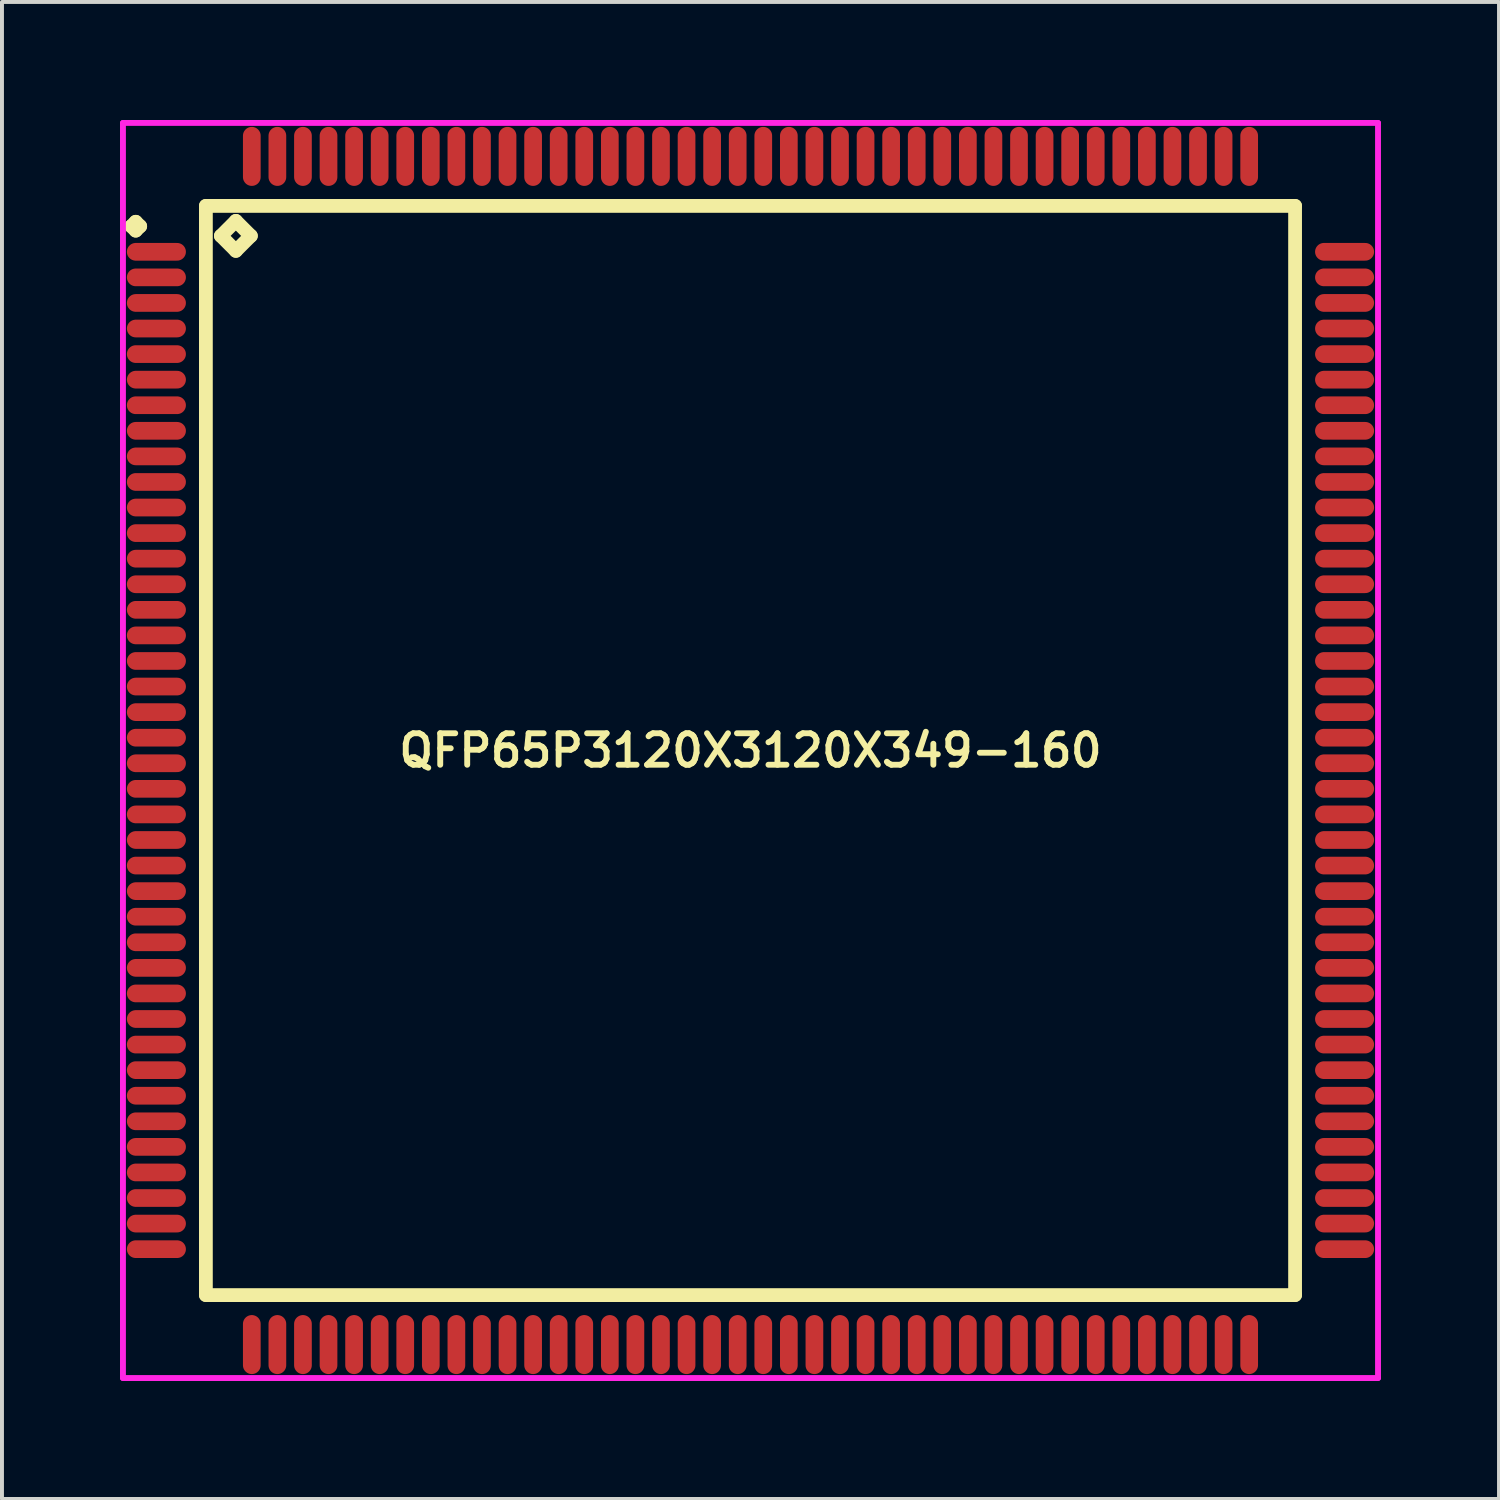
<source format=kicad_pcb>
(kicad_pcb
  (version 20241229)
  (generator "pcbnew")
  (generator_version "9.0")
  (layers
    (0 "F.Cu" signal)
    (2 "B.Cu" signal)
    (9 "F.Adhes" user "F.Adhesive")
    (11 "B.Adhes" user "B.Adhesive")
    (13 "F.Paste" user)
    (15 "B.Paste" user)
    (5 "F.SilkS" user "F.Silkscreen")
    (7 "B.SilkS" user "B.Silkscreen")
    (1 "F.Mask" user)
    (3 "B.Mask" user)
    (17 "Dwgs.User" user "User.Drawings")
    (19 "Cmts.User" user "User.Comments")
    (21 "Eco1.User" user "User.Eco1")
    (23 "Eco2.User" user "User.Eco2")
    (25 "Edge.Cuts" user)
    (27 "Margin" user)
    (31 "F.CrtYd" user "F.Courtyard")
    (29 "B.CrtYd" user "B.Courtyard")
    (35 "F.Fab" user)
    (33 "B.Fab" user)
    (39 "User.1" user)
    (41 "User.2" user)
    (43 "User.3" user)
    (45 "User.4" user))
  (footprint "QFP65P3120X3120X349-160"
    (layer "F.Cu")
    (at 16.025 16.025)
    (property "Reference" "QFP65P3120X3120X349-160" (at 0 0 0) (layer "F.SilkS") (effects (font (size 0.8 0.8) (thickness 0.15))))
    (attr smd)
    (fp_line (start -15.738 -13.325) (end -15.625 -13.438) (stroke (width 0.35) (type solid)) (layer "F.SilkS"))
    (fp_line (start -15.625 -13.438) (end -15.512 -13.325) (stroke (width 0.35) (type solid)) (layer "F.SilkS"))
    (fp_line (start -15.625 -13.213) (end -15.738 -13.325) (stroke (width 0.35) (type solid)) (layer "F.SilkS"))
    (fp_line (start -15.512 -13.325) (end -15.625 -13.213) (stroke (width 0.35) (type solid)) (layer "F.SilkS"))
    (fp_line (start -13.842 -13.842) (end -13.842 13.842) (stroke (width 0.35) (type solid)) (layer "F.SilkS"))
    (fp_line (start -13.842 13.842) (end 13.842 13.842) (stroke (width 0.35) (type solid)) (layer "F.SilkS"))
    (fp_line (start -13.461 -13.08) (end -13.08 -13.461) (stroke (width 0.35) (type solid)) (layer "F.SilkS"))
    (fp_line (start -13.08 -13.461) (end -12.699 -13.08) (stroke (width 0.35) (type solid)) (layer "F.SilkS"))
    (fp_line (start -13.08 -12.699) (end -13.461 -13.08) (stroke (width 0.35) (type solid)) (layer "F.SilkS"))
    (fp_line (start -12.699 -13.08) (end -13.08 -12.699) (stroke (width 0.35) (type solid)) (layer "F.SilkS"))
    (fp_line (start 13.842 -13.842) (end -13.842 -13.842) (stroke (width 0.35) (type solid)) (layer "F.SilkS"))
    (fp_line (start 13.842 13.842) (end 13.842 -13.842) (stroke (width 0.35) (type solid)) (layer "F.SilkS"))
    (fp_line (start -15.95 -15.95) (end 15.95 -15.95) (stroke (width 0.15) (type solid)) (layer "F.CrtYd"))
    (fp_line (start -15.95 15.95) (end -15.95 -15.95) (stroke (width 0.15) (type solid)) (layer "F.CrtYd"))
    (fp_line (start 15.95 -15.95) (end 15.95 15.95) (stroke (width 0.15) (type solid)) (layer "F.CrtYd"))
    (fp_line (start 15.95 15.95) (end -15.95 15.95) (stroke (width 0.15) (type solid)) (layer "F.CrtYd"))
    (pad "1" smd oval (at -15.1 -12.675) (size 1.5 0.45) (layers "F.Cu" "F.Mask" "F.Paste"))
    (pad "2" smd oval (at -15.1 -12.025) (size 1.5 0.45) (layers "F.Cu" "F.Mask" "F.Paste"))
    (pad "3" smd oval (at -15.1 -11.375) (size 1.5 0.45) (layers "F.Cu" "F.Mask" "F.Paste"))
    (pad "4" smd oval (at -15.1 -10.725) (size 1.5 0.45) (layers "F.Cu" "F.Mask" "F.Paste"))
    (pad "5" smd oval (at -15.1 -10.075) (size 1.5 0.45) (layers "F.Cu" "F.Mask" "F.Paste"))
    (pad "6" smd oval (at -15.1 -9.425) (size 1.5 0.45) (layers "F.Cu" "F.Mask" "F.Paste"))
    (pad "7" smd oval (at -15.1 -8.775) (size 1.5 0.45) (layers "F.Cu" "F.Mask" "F.Paste"))
    (pad "8" smd oval (at -15.1 -8.125) (size 1.5 0.45) (layers "F.Cu" "F.Mask" "F.Paste"))
    (pad "9" smd oval (at -15.1 -7.475) (size 1.5 0.45) (layers "F.Cu" "F.Mask" "F.Paste"))
    (pad "10" smd oval (at -15.1 -6.825) (size 1.5 0.45) (layers "F.Cu" "F.Mask" "F.Paste"))
    (pad "11" smd oval (at -15.1 -6.175) (size 1.5 0.45) (layers "F.Cu" "F.Mask" "F.Paste"))
    (pad "12" smd oval (at -15.1 -5.525) (size 1.5 0.45) (layers "F.Cu" "F.Mask" "F.Paste"))
    (pad "13" smd oval (at -15.1 -4.875) (size 1.5 0.45) (layers "F.Cu" "F.Mask" "F.Paste"))
    (pad "14" smd oval (at -15.1 -4.225) (size 1.5 0.45) (layers "F.Cu" "F.Mask" "F.Paste"))
    (pad "15" smd oval (at -15.1 -3.575) (size 1.5 0.45) (layers "F.Cu" "F.Mask" "F.Paste"))
    (pad "16" smd oval (at -15.1 -2.925) (size 1.5 0.45) (layers "F.Cu" "F.Mask" "F.Paste"))
    (pad "17" smd oval (at -15.1 -2.275) (size 1.5 0.45) (layers "F.Cu" "F.Mask" "F.Paste"))
    (pad "18" smd oval (at -15.1 -1.625) (size 1.5 0.45) (layers "F.Cu" "F.Mask" "F.Paste"))
    (pad "19" smd oval (at -15.1 -0.975) (size 1.5 0.45) (layers "F.Cu" "F.Mask" "F.Paste"))
    (pad "20" smd oval (at -15.1 -0.325) (size 1.5 0.45) (layers "F.Cu" "F.Mask" "F.Paste"))
    (pad "21" smd oval (at -15.1 0.325) (size 1.5 0.45) (layers "F.Cu" "F.Mask" "F.Paste"))
    (pad "22" smd oval (at -15.1 0.975) (size 1.5 0.45) (layers "F.Cu" "F.Mask" "F.Paste"))
    (pad "23" smd oval (at -15.1 1.625) (size 1.5 0.45) (layers "F.Cu" "F.Mask" "F.Paste"))
    (pad "24" smd oval (at -15.1 2.275) (size 1.5 0.45) (layers "F.Cu" "F.Mask" "F.Paste"))
    (pad "25" smd oval (at -15.1 2.925) (size 1.5 0.45) (layers "F.Cu" "F.Mask" "F.Paste"))
    (pad "26" smd oval (at -15.1 3.575) (size 1.5 0.45) (layers "F.Cu" "F.Mask" "F.Paste"))
    (pad "27" smd oval (at -15.1 4.225) (size 1.5 0.45) (layers "F.Cu" "F.Mask" "F.Paste"))
    (pad "28" smd oval (at -15.1 4.875) (size 1.5 0.45) (layers "F.Cu" "F.Mask" "F.Paste"))
    (pad "29" smd oval (at -15.1 5.525) (size 1.5 0.45) (layers "F.Cu" "F.Mask" "F.Paste"))
    (pad "30" smd oval (at -15.1 6.175) (size 1.5 0.45) (layers "F.Cu" "F.Mask" "F.Paste"))
    (pad "31" smd oval (at -15.1 6.825) (size 1.5 0.45) (layers "F.Cu" "F.Mask" "F.Paste"))
    (pad "32" smd oval (at -15.1 7.475) (size 1.5 0.45) (layers "F.Cu" "F.Mask" "F.Paste"))
    (pad "33" smd oval (at -15.1 8.125) (size 1.5 0.45) (layers "F.Cu" "F.Mask" "F.Paste"))
    (pad "34" smd oval (at -15.1 8.775) (size 1.5 0.45) (layers "F.Cu" "F.Mask" "F.Paste"))
    (pad "35" smd oval (at -15.1 9.425) (size 1.5 0.45) (layers "F.Cu" "F.Mask" "F.Paste"))
    (pad "36" smd oval (at -15.1 10.075) (size 1.5 0.45) (layers "F.Cu" "F.Mask" "F.Paste"))
    (pad "37" smd oval (at -15.1 10.725) (size 1.5 0.45) (layers "F.Cu" "F.Mask" "F.Paste"))
    (pad "38" smd oval (at -15.1 11.375) (size 1.5 0.45) (layers "F.Cu" "F.Mask" "F.Paste"))
    (pad "39" smd oval (at -15.1 12.025) (size 1.5 0.45) (layers "F.Cu" "F.Mask" "F.Paste"))
    (pad "40" smd oval (at -15.1 12.675) (size 1.5 0.45) (layers "F.Cu" "F.Mask" "F.Paste"))
    (pad "41" smd oval (at -12.675 15.1) (size 0.45 1.5) (layers "F.Cu" "F.Mask" "F.Paste"))
    (pad "42" smd oval (at -12.025 15.1) (size 0.45 1.5) (layers "F.Cu" "F.Mask" "F.Paste"))
    (pad "43" smd oval (at -11.375 15.1) (size 0.45 1.5) (layers "F.Cu" "F.Mask" "F.Paste"))
    (pad "44" smd oval (at -10.725 15.1) (size 0.45 1.5) (layers "F.Cu" "F.Mask" "F.Paste"))
    (pad "45" smd oval (at -10.075 15.1) (size 0.45 1.5) (layers "F.Cu" "F.Mask" "F.Paste"))
    (pad "46" smd oval (at -9.425 15.1) (size 0.45 1.5) (layers "F.Cu" "F.Mask" "F.Paste"))
    (pad "47" smd oval (at -8.775 15.1) (size 0.45 1.5) (layers "F.Cu" "F.Mask" "F.Paste"))
    (pad "48" smd oval (at -8.125 15.1) (size 0.45 1.5) (layers "F.Cu" "F.Mask" "F.Paste"))
    (pad "49" smd oval (at -7.475 15.1) (size 0.45 1.5) (layers "F.Cu" "F.Mask" "F.Paste"))
    (pad "50" smd oval (at -6.825 15.1) (size 0.45 1.5) (layers "F.Cu" "F.Mask" "F.Paste"))
    (pad "51" smd oval (at -6.175 15.1) (size 0.45 1.5) (layers "F.Cu" "F.Mask" "F.Paste"))
    (pad "52" smd oval (at -5.525 15.1) (size 0.45 1.5) (layers "F.Cu" "F.Mask" "F.Paste"))
    (pad "53" smd oval (at -4.875 15.1) (size 0.45 1.5) (layers "F.Cu" "F.Mask" "F.Paste"))
    (pad "54" smd oval (at -4.225 15.1) (size 0.45 1.5) (layers "F.Cu" "F.Mask" "F.Paste"))
    (pad "55" smd oval (at -3.575 15.1) (size 0.45 1.5) (layers "F.Cu" "F.Mask" "F.Paste"))
    (pad "56" smd oval (at -2.925 15.1) (size 0.45 1.5) (layers "F.Cu" "F.Mask" "F.Paste"))
    (pad "57" smd oval (at -2.275 15.1) (size 0.45 1.5) (layers "F.Cu" "F.Mask" "F.Paste"))
    (pad "58" smd oval (at -1.625 15.1) (size 0.45 1.5) (layers "F.Cu" "F.Mask" "F.Paste"))
    (pad "59" smd oval (at -0.975 15.1) (size 0.45 1.5) (layers "F.Cu" "F.Mask" "F.Paste"))
    (pad "60" smd oval (at -0.325 15.1) (size 0.45 1.5) (layers "F.Cu" "F.Mask" "F.Paste"))
    (pad "61" smd oval (at 0.325 15.1) (size 0.45 1.5) (layers "F.Cu" "F.Mask" "F.Paste"))
    (pad "62" smd oval (at 0.975 15.1) (size 0.45 1.5) (layers "F.Cu" "F.Mask" "F.Paste"))
    (pad "63" smd oval (at 1.625 15.1) (size 0.45 1.5) (layers "F.Cu" "F.Mask" "F.Paste"))
    (pad "64" smd oval (at 2.275 15.1) (size 0.45 1.5) (layers "F.Cu" "F.Mask" "F.Paste"))
    (pad "65" smd oval (at 2.925 15.1) (size 0.45 1.5) (layers "F.Cu" "F.Mask" "F.Paste"))
    (pad "66" smd oval (at 3.575 15.1) (size 0.45 1.5) (layers "F.Cu" "F.Mask" "F.Paste"))
    (pad "67" smd oval (at 4.225 15.1) (size 0.45 1.5) (layers "F.Cu" "F.Mask" "F.Paste"))
    (pad "68" smd oval (at 4.875 15.1) (size 0.45 1.5) (layers "F.Cu" "F.Mask" "F.Paste"))
    (pad "69" smd oval (at 5.525 15.1) (size 0.45 1.5) (layers "F.Cu" "F.Mask" "F.Paste"))
    (pad "70" smd oval (at 6.175 15.1) (size 0.45 1.5) (layers "F.Cu" "F.Mask" "F.Paste"))
    (pad "71" smd oval (at 6.825 15.1) (size 0.45 1.5) (layers "F.Cu" "F.Mask" "F.Paste"))
    (pad "72" smd oval (at 7.475 15.1) (size 0.45 1.5) (layers "F.Cu" "F.Mask" "F.Paste"))
    (pad "73" smd oval (at 8.125 15.1) (size 0.45 1.5) (layers "F.Cu" "F.Mask" "F.Paste"))
    (pad "74" smd oval (at 8.775 15.1) (size 0.45 1.5) (layers "F.Cu" "F.Mask" "F.Paste"))
    (pad "75" smd oval (at 9.425 15.1) (size 0.45 1.5) (layers "F.Cu" "F.Mask" "F.Paste"))
    (pad "76" smd oval (at 10.075 15.1) (size 0.45 1.5) (layers "F.Cu" "F.Mask" "F.Paste"))
    (pad "77" smd oval (at 10.725 15.1) (size 0.45 1.5) (layers "F.Cu" "F.Mask" "F.Paste"))
    (pad "78" smd oval (at 11.375 15.1) (size 0.45 1.5) (layers "F.Cu" "F.Mask" "F.Paste"))
    (pad "79" smd oval (at 12.025 15.1) (size 0.45 1.5) (layers "F.Cu" "F.Mask" "F.Paste"))
    (pad "80" smd oval (at 12.675 15.1) (size 0.45 1.5) (layers "F.Cu" "F.Mask" "F.Paste"))
    (pad "81" smd oval (at 15.1 12.675) (size 1.5 0.45) (layers "F.Cu" "F.Mask" "F.Paste"))
    (pad "82" smd oval (at 15.1 12.025) (size 1.5 0.45) (layers "F.Cu" "F.Mask" "F.Paste"))
    (pad "83" smd oval (at 15.1 11.375) (size 1.5 0.45) (layers "F.Cu" "F.Mask" "F.Paste"))
    (pad "84" smd oval (at 15.1 10.725) (size 1.5 0.45) (layers "F.Cu" "F.Mask" "F.Paste"))
    (pad "85" smd oval (at 15.1 10.075) (size 1.5 0.45) (layers "F.Cu" "F.Mask" "F.Paste"))
    (pad "86" smd oval (at 15.1 9.425) (size 1.5 0.45) (layers "F.Cu" "F.Mask" "F.Paste"))
    (pad "87" smd oval (at 15.1 8.775) (size 1.5 0.45) (layers "F.Cu" "F.Mask" "F.Paste"))
    (pad "88" smd oval (at 15.1 8.125) (size 1.5 0.45) (layers "F.Cu" "F.Mask" "F.Paste"))
    (pad "89" smd oval (at 15.1 7.475) (size 1.5 0.45) (layers "F.Cu" "F.Mask" "F.Paste"))
    (pad "90" smd oval (at 15.1 6.825) (size 1.5 0.45) (layers "F.Cu" "F.Mask" "F.Paste"))
    (pad "91" smd oval (at 15.1 6.175) (size 1.5 0.45) (layers "F.Cu" "F.Mask" "F.Paste"))
    (pad "92" smd oval (at 15.1 5.525) (size 1.5 0.45) (layers "F.Cu" "F.Mask" "F.Paste"))
    (pad "93" smd oval (at 15.1 4.875) (size 1.5 0.45) (layers "F.Cu" "F.Mask" "F.Paste"))
    (pad "94" smd oval (at 15.1 4.225) (size 1.5 0.45) (layers "F.Cu" "F.Mask" "F.Paste"))
    (pad "95" smd oval (at 15.1 3.575) (size 1.5 0.45) (layers "F.Cu" "F.Mask" "F.Paste"))
    (pad "96" smd oval (at 15.1 2.925) (size 1.5 0.45) (layers "F.Cu" "F.Mask" "F.Paste"))
    (pad "97" smd oval (at 15.1 2.275) (size 1.5 0.45) (layers "F.Cu" "F.Mask" "F.Paste"))
    (pad "98" smd oval (at 15.1 1.625) (size 1.5 0.45) (layers "F.Cu" "F.Mask" "F.Paste"))
    (pad "99" smd oval (at 15.1 0.975) (size 1.5 0.45) (layers "F.Cu" "F.Mask" "F.Paste"))
    (pad "100" smd oval (at 15.1 0.325) (size 1.5 0.45) (layers "F.Cu" "F.Mask" "F.Paste"))
    (pad "101" smd oval (at 15.1 -0.325) (size 1.5 0.45) (layers "F.Cu" "F.Mask" "F.Paste"))
    (pad "102" smd oval (at 15.1 -0.975) (size 1.5 0.45) (layers "F.Cu" "F.Mask" "F.Paste"))
    (pad "103" smd oval (at 15.1 -1.625) (size 1.5 0.45) (layers "F.Cu" "F.Mask" "F.Paste"))
    (pad "104" smd oval (at 15.1 -2.275) (size 1.5 0.45) (layers "F.Cu" "F.Mask" "F.Paste"))
    (pad "105" smd oval (at 15.1 -2.925) (size 1.5 0.45) (layers "F.Cu" "F.Mask" "F.Paste"))
    (pad "106" smd oval (at 15.1 -3.575) (size 1.5 0.45) (layers "F.Cu" "F.Mask" "F.Paste"))
    (pad "107" smd oval (at 15.1 -4.225) (size 1.5 0.45) (layers "F.Cu" "F.Mask" "F.Paste"))
    (pad "108" smd oval (at 15.1 -4.875) (size 1.5 0.45) (layers "F.Cu" "F.Mask" "F.Paste"))
    (pad "109" smd oval (at 15.1 -5.525) (size 1.5 0.45) (layers "F.Cu" "F.Mask" "F.Paste"))
    (pad "110" smd oval (at 15.1 -6.175) (size 1.5 0.45) (layers "F.Cu" "F.Mask" "F.Paste"))
    (pad "111" smd oval (at 15.1 -6.825) (size 1.5 0.45) (layers "F.Cu" "F.Mask" "F.Paste"))
    (pad "112" smd oval (at 15.1 -7.475) (size 1.5 0.45) (layers "F.Cu" "F.Mask" "F.Paste"))
    (pad "113" smd oval (at 15.1 -8.125) (size 1.5 0.45) (layers "F.Cu" "F.Mask" "F.Paste"))
    (pad "114" smd oval (at 15.1 -8.775) (size 1.5 0.45) (layers "F.Cu" "F.Mask" "F.Paste"))
    (pad "115" smd oval (at 15.1 -9.425) (size 1.5 0.45) (layers "F.Cu" "F.Mask" "F.Paste"))
    (pad "116" smd oval (at 15.1 -10.075) (size 1.5 0.45) (layers "F.Cu" "F.Mask" "F.Paste"))
    (pad "117" smd oval (at 15.1 -10.725) (size 1.5 0.45) (layers "F.Cu" "F.Mask" "F.Paste"))
    (pad "118" smd oval (at 15.1 -11.375) (size 1.5 0.45) (layers "F.Cu" "F.Mask" "F.Paste"))
    (pad "119" smd oval (at 15.1 -12.025) (size 1.5 0.45) (layers "F.Cu" "F.Mask" "F.Paste"))
    (pad "120" smd oval (at 15.1 -12.675) (size 1.5 0.45) (layers "F.Cu" "F.Mask" "F.Paste"))
    (pad "121" smd oval (at 12.675 -15.1) (size 0.45 1.5) (layers "F.Cu" "F.Mask" "F.Paste"))
    (pad "122" smd oval (at 12.025 -15.1) (size 0.45 1.5) (layers "F.Cu" "F.Mask" "F.Paste"))
    (pad "123" smd oval (at 11.375 -15.1) (size 0.45 1.5) (layers "F.Cu" "F.Mask" "F.Paste"))
    (pad "124" smd oval (at 10.725 -15.1) (size 0.45 1.5) (layers "F.Cu" "F.Mask" "F.Paste"))
    (pad "125" smd oval (at 10.075 -15.1) (size 0.45 1.5) (layers "F.Cu" "F.Mask" "F.Paste"))
    (pad "126" smd oval (at 9.425 -15.1) (size 0.45 1.5) (layers "F.Cu" "F.Mask" "F.Paste"))
    (pad "127" smd oval (at 8.775 -15.1) (size 0.45 1.5) (layers "F.Cu" "F.Mask" "F.Paste"))
    (pad "128" smd oval (at 8.125 -15.1) (size 0.45 1.5) (layers "F.Cu" "F.Mask" "F.Paste"))
    (pad "129" smd oval (at 7.475 -15.1) (size 0.45 1.5) (layers "F.Cu" "F.Mask" "F.Paste"))
    (pad "130" smd oval (at 6.825 -15.1) (size 0.45 1.5) (layers "F.Cu" "F.Mask" "F.Paste"))
    (pad "131" smd oval (at 6.175 -15.1) (size 0.45 1.5) (layers "F.Cu" "F.Mask" "F.Paste"))
    (pad "132" smd oval (at 5.525 -15.1) (size 0.45 1.5) (layers "F.Cu" "F.Mask" "F.Paste"))
    (pad "133" smd oval (at 4.875 -15.1) (size 0.45 1.5) (layers "F.Cu" "F.Mask" "F.Paste"))
    (pad "134" smd oval (at 4.225 -15.1) (size 0.45 1.5) (layers "F.Cu" "F.Mask" "F.Paste"))
    (pad "135" smd oval (at 3.575 -15.1) (size 0.45 1.5) (layers "F.Cu" "F.Mask" "F.Paste"))
    (pad "136" smd oval (at 2.925 -15.1) (size 0.45 1.5) (layers "F.Cu" "F.Mask" "F.Paste"))
    (pad "137" smd oval (at 2.275 -15.1) (size 0.45 1.5) (layers "F.Cu" "F.Mask" "F.Paste"))
    (pad "138" smd oval (at 1.625 -15.1) (size 0.45 1.5) (layers "F.Cu" "F.Mask" "F.Paste"))
    (pad "139" smd oval (at 0.975 -15.1) (size 0.45 1.5) (layers "F.Cu" "F.Mask" "F.Paste"))
    (pad "140" smd oval (at 0.325 -15.1) (size 0.45 1.5) (layers "F.Cu" "F.Mask" "F.Paste"))
    (pad "141" smd oval (at -0.325 -15.1) (size 0.45 1.5) (layers "F.Cu" "F.Mask" "F.Paste"))
    (pad "142" smd oval (at -0.975 -15.1) (size 0.45 1.5) (layers "F.Cu" "F.Mask" "F.Paste"))
    (pad "143" smd oval (at -1.625 -15.1) (size 0.45 1.5) (layers "F.Cu" "F.Mask" "F.Paste"))
    (pad "144" smd oval (at -2.275 -15.1) (size 0.45 1.5) (layers "F.Cu" "F.Mask" "F.Paste"))
    (pad "145" smd oval (at -2.925 -15.1) (size 0.45 1.5) (layers "F.Cu" "F.Mask" "F.Paste"))
    (pad "146" smd oval (at -3.575 -15.1) (size 0.45 1.5) (layers "F.Cu" "F.Mask" "F.Paste"))
    (pad "147" smd oval (at -4.225 -15.1) (size 0.45 1.5) (layers "F.Cu" "F.Mask" "F.Paste"))
    (pad "148" smd oval (at -4.875 -15.1) (size 0.45 1.5) (layers "F.Cu" "F.Mask" "F.Paste"))
    (pad "149" smd oval (at -5.525 -15.1) (size 0.45 1.5) (layers "F.Cu" "F.Mask" "F.Paste"))
    (pad "150" smd oval (at -6.175 -15.1) (size 0.45 1.5) (layers "F.Cu" "F.Mask" "F.Paste"))
    (pad "151" smd oval (at -6.825 -15.1) (size 0.45 1.5) (layers "F.Cu" "F.Mask" "F.Paste"))
    (pad "152" smd oval (at -7.475 -15.1) (size 0.45 1.5) (layers "F.Cu" "F.Mask" "F.Paste"))
    (pad "153" smd oval (at -8.125 -15.1) (size 0.45 1.5) (layers "F.Cu" "F.Mask" "F.Paste"))
    (pad "154" smd oval (at -8.775 -15.1) (size 0.45 1.5) (layers "F.Cu" "F.Mask" "F.Paste"))
    (pad "155" smd oval (at -9.425 -15.1) (size 0.45 1.5) (layers "F.Cu" "F.Mask" "F.Paste"))
    (pad "156" smd oval (at -10.075 -15.1) (size 0.45 1.5) (layers "F.Cu" "F.Mask" "F.Paste"))
    (pad "157" smd oval (at -10.725 -15.1) (size 0.45 1.5) (layers "F.Cu" "F.Mask" "F.Paste"))
    (pad "158" smd oval (at -11.375 -15.1) (size 0.45 1.5) (layers "F.Cu" "F.Mask" "F.Paste"))
    (pad "159" smd oval (at -12.025 -15.1) (size 0.45 1.5) (layers "F.Cu" "F.Mask" "F.Paste"))
    (pad "160" smd oval (at -12.675 -15.1) (size 0.45 1.5) (layers "F.Cu" "F.Mask" "F.Paste")))
  (gr_rect
    (start -3 -3)
    (end 35.05 35.05)
    (stroke (width 0.1) (type default))
    (fill no)
    (layer "Edge.Cuts")))
</source>
